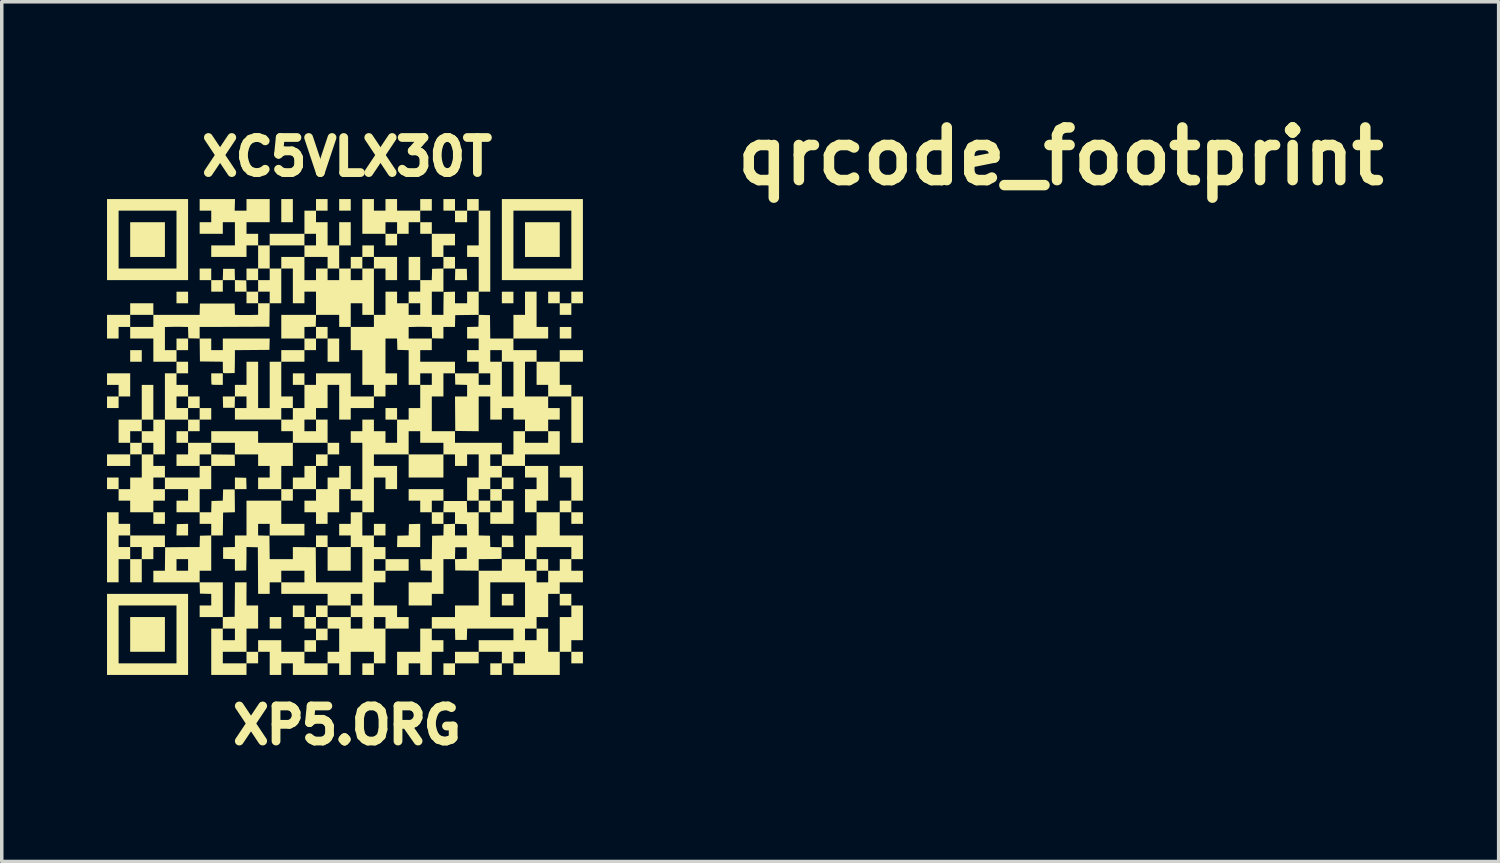
<source format=kicad_pcb>
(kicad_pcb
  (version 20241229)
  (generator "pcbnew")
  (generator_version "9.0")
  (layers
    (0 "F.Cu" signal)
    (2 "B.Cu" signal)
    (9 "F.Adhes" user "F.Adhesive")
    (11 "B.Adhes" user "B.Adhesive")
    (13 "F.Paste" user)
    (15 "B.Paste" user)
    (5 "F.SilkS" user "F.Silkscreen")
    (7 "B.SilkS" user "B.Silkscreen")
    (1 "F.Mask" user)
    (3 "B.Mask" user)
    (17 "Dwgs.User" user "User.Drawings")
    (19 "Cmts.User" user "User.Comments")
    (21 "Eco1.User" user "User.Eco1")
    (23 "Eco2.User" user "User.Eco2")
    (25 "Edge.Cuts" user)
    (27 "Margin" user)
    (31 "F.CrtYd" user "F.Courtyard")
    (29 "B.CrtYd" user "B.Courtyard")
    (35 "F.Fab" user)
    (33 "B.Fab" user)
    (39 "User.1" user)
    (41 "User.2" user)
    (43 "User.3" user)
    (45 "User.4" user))
  (footprint "qrcode_footprint"
    (layer "F.Cu")
    (at 6.781 9.404)
    (property "Reference" "qrcode_footprint" (at 20.4 -8 0) (layer "F.SilkS") (effects (font (size 1.5 1.5) (thickness 0.3))))
    (attr board_only exclude_from_pos_files exclude_from_bom)
    (fp_poly (pts (xy -5.791 -2.31) (xy -5.791 -2.145) (xy -5.956 -2.145) (xy -6.121 -2.145) (xy -6.121 -2.31) (xy -6.121 -2.475) (xy -5.956 -2.475) (xy -5.791 -2.475)) (stroke (width 0) (type solid)) (fill yes) (layer "F.SilkS"))
    (fp_poly (pts (xy -5.131 -5.626) (xy -5.131 -5.131) (xy -5.626 -5.131) (xy -6.121 -5.131) (xy -6.121 -5.626) (xy -6.121 -6.121) (xy -5.626 -6.121) (xy -5.131 -6.121)) (stroke (width 0) (type solid)) (fill yes) (layer "F.SilkS"))
    (fp_poly (pts (xy -5.131 2.31) (xy -5.131 2.475) (xy -5.296 2.475) (xy -5.461 2.475) (xy -5.461 2.31) (xy -5.461 2.145) (xy -5.296 2.145) (xy -5.131 2.145)) (stroke (width 0) (type solid)) (fill yes) (layer "F.SilkS"))
    (fp_poly (pts (xy -5.131 5.626) (xy -5.131 6.121) (xy -5.626 6.121) (xy -6.121 6.121) (xy -6.121 5.626) (xy -6.121 5.131) (xy -5.626 5.131) (xy -5.131 5.131)) (stroke (width 0) (type solid)) (fill yes) (layer "F.SilkS"))
    (fp_poly (pts (xy -4.471 -3.976) (xy -4.471 -3.811) (xy -4.636 -3.811) (xy -4.801 -3.811) (xy -4.801 -3.976) (xy -4.801 -4.141) (xy -4.636 -4.141) (xy -4.471 -4.141)) (stroke (width 0) (type solid)) (fill yes) (layer "F.SilkS"))
    (fp_poly (pts (xy -4.471 -2.641) (xy -4.471 -2.475) (xy -4.636 -2.475) (xy -4.801 -2.475) (xy -4.801 -2.641) (xy -4.801 -2.806) (xy -4.636 -2.806) (xy -4.471 -2.806)) (stroke (width 0) (type solid)) (fill yes) (layer "F.SilkS"))
    (fp_poly (pts (xy -4.471 2.64) (xy -4.471 2.806) (xy -4.636 2.806) (xy -4.802 2.806) (xy -4.798 2.644) (xy -4.793 2.483) (xy -4.632 2.479) (xy -4.471 2.474)) (stroke (width 0) (type solid)) (fill yes) (layer "F.SilkS"))
    (fp_poly (pts (xy -4.141 -0.99) (xy -4.141 -0.825) (xy -4.306 -0.825) (xy -4.471 -0.825) (xy -4.471 -0.99) (xy -4.471 -1.155) (xy -4.306 -1.155) (xy -4.141 -1.155)) (stroke (width 0) (type solid)) (fill yes) (layer "F.SilkS"))
    (fp_poly (pts (xy -2.974 1.158) (xy -2.813 1.163) (xy -2.809 1.324) (xy -2.805 1.485) (xy -2.97 1.485) (xy -3.136 1.485) (xy -3.136 1.32) (xy -3.136 1.154)) (stroke (width 0) (type solid)) (fill yes) (layer "F.SilkS"))
    (fp_poly (pts (xy -1.815 5.296) (xy -1.815 5.461) (xy -1.98 5.461) (xy -2.145 5.461) (xy -2.145 5.296) (xy -2.145 5.131) (xy -1.98 5.131) (xy -1.815 5.131)) (stroke (width 0) (type solid)) (fill yes) (layer "F.SilkS"))
    (fp_poly (pts (xy -1.485 -6.451) (xy -1.485 -6.121) (xy -1.65 -6.121) (xy -1.815 -6.121) (xy -1.815 -6.451) (xy -1.815 -6.781) (xy -1.65 -6.781) (xy -1.485 -6.781)) (stroke (width 0) (type solid)) (fill yes) (layer "F.SilkS"))
    (fp_poly (pts (xy -0.165 -2.475) (xy -0.165 -2.145) (xy -0.33 -2.145) (xy -0.495 -2.145) (xy -0.495 -2.475) (xy -0.495 -2.806) (xy -0.33 -2.806) (xy -0.165 -2.806)) (stroke (width 0) (type solid)) (fill yes) (layer "F.SilkS"))
    (fp_poly (pts (xy 0.165 -6.616) (xy 0.165 -6.451) (xy 0 -6.451) (xy -0.165 -6.451) (xy -0.165 -6.616) (xy -0.165 -6.781) (xy 0 -6.781) (xy 0.165 -6.781)) (stroke (width 0) (type solid)) (fill yes) (layer "F.SilkS"))
    (fp_poly (pts (xy 1.485 -0.66) (xy 1.485 -0.495) (xy 1.32 -0.495) (xy 1.155 -0.495) (xy 1.155 -0.66) (xy 1.155 -0.825) (xy 1.32 -0.825) (xy 1.485 -0.825)) (stroke (width 0) (type solid)) (fill yes) (layer "F.SilkS"))
    (fp_poly (pts (xy 2.475 -5.956) (xy 2.475 -5.791) (xy 2.31 -5.791) (xy 2.145 -5.791) (xy 2.145 -5.956) (xy 2.145 -6.121) (xy 2.31 -6.121) (xy 2.475 -6.121)) (stroke (width 0) (type solid)) (fill yes) (layer "F.SilkS"))
    (fp_poly (pts (xy 3.477 -4.632) (xy 3.482 -4.471) (xy 3.308 -4.471) (xy 3.135 -4.471) (xy 3.139 -4.632) (xy 3.143 -4.793) (xy 3.308 -4.793) (xy 3.473 -4.793)) (stroke (width 0) (type solid)) (fill yes) (layer "F.SilkS"))
    (fp_poly (pts (xy 4.632 2.809) (xy 4.793 2.813) (xy 4.798 2.974) (xy 4.802 3.136) (xy 4.636 3.136) (xy 4.471 3.136) (xy 4.471 2.97) (xy 4.471 2.805)) (stroke (width 0) (type solid)) (fill yes) (layer "F.SilkS"))
    (fp_poly (pts (xy 4.801 -3.976) (xy 4.801 -3.811) (xy 4.636 -3.811) (xy 4.471 -3.811) (xy 4.471 -3.976) (xy 4.471 -4.141) (xy 4.636 -4.141) (xy 4.801 -4.141)) (stroke (width 0) (type solid)) (fill yes) (layer "F.SilkS"))
    (fp_poly (pts (xy 4.801 4.636) (xy 4.801 4.801) (xy 4.636 4.801) (xy 4.471 4.801) (xy 4.471 4.636) (xy 4.471 4.471) (xy 4.636 4.471) (xy 4.801 4.471)) (stroke (width 0) (type solid)) (fill yes) (layer "F.SilkS"))
    (fp_poly (pts (xy 5.791 3.646) (xy 5.791 3.811) (xy 5.626 3.811) (xy 5.461 3.811) (xy 5.461 3.646) (xy 5.461 3.481) (xy 5.626 3.481) (xy 5.791 3.481)) (stroke (width 0) (type solid)) (fill yes) (layer "F.SilkS"))
    (fp_poly (pts (xy 6.121 -5.626) (xy 6.121 -5.131) (xy 5.626 -5.131) (xy 5.131 -5.131) (xy 5.131 -5.626) (xy 5.131 -6.121) (xy 5.626 -6.121) (xy 6.121 -6.121)) (stroke (width 0) (type solid)) (fill yes) (layer "F.SilkS"))
    (fp_poly (pts (xy 6.451 -2.971) (xy 6.451 -2.806) (xy 6.286 -2.806) (xy 6.121 -2.806) (xy 6.121 -2.971) (xy 6.121 -3.136) (xy 6.286 -3.136) (xy 6.451 -3.136)) (stroke (width 0) (type solid)) (fill yes) (layer "F.SilkS"))
    (fp_poly (pts (xy 6.451 4.636) (xy 6.451 4.801) (xy 6.286 4.801) (xy 6.121 4.801) (xy 6.121 4.636) (xy 6.121 4.471) (xy 6.286 4.471) (xy 6.451 4.471)) (stroke (width 0) (type solid)) (fill yes) (layer "F.SilkS"))
    (fp_poly (pts (xy 6.781 -0.495) (xy 6.781 0.165) (xy 6.616 0.165) (xy 6.451 0.165) (xy 6.451 -0.495) (xy 6.451 -1.155) (xy 6.616 -1.155) (xy 6.781 -1.155)) (stroke (width 0) (type solid)) (fill yes) (layer "F.SilkS"))
    (fp_poly (pts (xy 6.781 2.31) (xy 6.781 2.475) (xy 6.616 2.475) (xy 6.451 2.475) (xy 6.451 2.31) (xy 6.451 2.145) (xy 6.616 2.145) (xy 6.781 2.145)) (stroke (width 0) (type solid)) (fill yes) (layer "F.SilkS"))
    (fp_poly (pts (xy 6.781 6.286) (xy 6.781 6.451) (xy 6.616 6.451) (xy 6.451 6.451) (xy 6.451 6.286) (xy 6.451 6.121) (xy 6.616 6.121) (xy 6.781 6.121)) (stroke (width 0) (type solid)) (fill yes) (layer "F.SilkS"))
    (fp_poly (pts (xy 2.145 2.805) (xy 2.145 3.136) (xy 1.815 3.136) (xy 1.484 3.136) (xy 1.489 2.974) (xy 1.493 2.813) (xy 1.654 2.809) (xy 1.814 2.805) (xy 1.819 2.644) (xy 1.823 2.483) (xy 1.984 2.479) (xy 2.145 2.474)) (stroke (width 0) (type solid)) (fill yes) (layer "F.SilkS"))
    (fp_poly (pts (xy 3.136 -5.626) (xy 3.136 -5.461) (xy 2.971 -5.461) (xy 2.806 -5.461) (xy 2.806 -5.296) (xy 2.806 -5.131) (xy 2.641 -5.131) (xy 2.475 -5.131) (xy 2.475 -5.461) (xy 2.475 -5.791) (xy 2.806 -5.791) (xy 3.136 -5.791)) (stroke (width 0) (type solid)) (fill yes) (layer "F.SilkS"))
    (fp_poly (pts (xy 4.801 2.145) (xy 4.801 2.475) (xy 4.471 2.475) (xy 4.141 2.475) (xy 4.141 2.31) (xy 4.141 2.145) (xy 4.306 2.145) (xy 4.471 2.145) (xy 4.471 1.98) (xy 4.471 1.815) (xy 4.636 1.815) (xy 4.801 1.815)) (stroke (width 0) (type solid)) (fill yes) (layer "F.SilkS"))
    (fp_poly (pts (xy -3.481 -1.65) (xy -3.481 -1.485) (xy -3.636 -1.485) (xy -3.701 -1.486) (xy -3.755 -1.489) (xy -3.79 -1.492) (xy -3.801 -1.495) (xy -3.805 -1.514) (xy -3.808 -1.555) (xy -3.81 -1.613) (xy -3.811 -1.66) (xy -3.811 -1.815) (xy -3.646 -1.815) (xy -3.481 -1.815)) (stroke (width 0) (type solid)) (fill yes) (layer "F.SilkS"))
    (fp_poly (pts (xy -0.495 5.626) (xy -0.495 5.791) (xy -0.66 5.791) (xy -0.825 5.791) (xy -0.825 5.956) (xy -0.825 6.121) (xy -0.99 6.121) (xy -1.155 6.121) (xy -1.155 5.956) (xy -1.155 5.791) (xy -0.99 5.791) (xy -0.825 5.791) (xy -0.825 5.626) (xy -0.825 5.461) (xy -0.66 5.461) (xy -0.495 5.461)) (stroke (width 0) (type solid)) (fill yes) (layer "F.SilkS"))
    (fp_poly (pts (xy 4.801 1.32) (xy 4.801 1.485) (xy 4.636 1.485) (xy 4.471 1.485) (xy 4.471 1.65) (xy 4.471 1.815) (xy 4.306 1.815) (xy 4.141 1.815) (xy 4.141 1.65) (xy 4.141 1.485) (xy 4.306 1.485) (xy 4.471 1.485) (xy 4.471 1.32) (xy 4.471 1.155) (xy 4.636 1.155) (xy 4.801 1.155)) (stroke (width 0) (type solid)) (fill yes) (layer "F.SilkS"))
    (fp_poly (pts (xy -4.471 -5.626) (xy -4.471 -4.471) (xy -5.626 -4.471) (xy -6.781 -4.471) (xy -6.781 -5.626) (xy -6.451 -5.626) (xy -6.451 -4.801) (xy -5.626 -4.801) (xy -4.801 -4.801) (xy -4.801 -5.626) (xy -4.801 -6.451) (xy -5.626 -6.451) (xy -6.451 -6.451) (xy -6.451 -5.626) (xy -6.781 -5.626) (xy -6.781 -6.781) (xy -5.626 -6.781) (xy -4.471 -6.781)) (stroke (width 0) (type solid)) (fill yes) (layer "F.SilkS"))
    (fp_poly (pts (xy -4.471 5.626) (xy -4.471 6.781) (xy -5.626 6.781) (xy -6.781 6.781) (xy -6.781 5.626) (xy -6.451 5.626) (xy -6.451 6.451) (xy -5.626 6.451) (xy -4.801 6.451) (xy -4.801 5.626) (xy -4.801 4.801) (xy -5.626 4.801) (xy -6.451 4.801) (xy -6.451 5.626) (xy -6.781 5.626) (xy -6.781 4.471) (xy -5.626 4.471) (xy -4.471 4.471)) (stroke (width 0) (type solid)) (fill yes) (layer "F.SilkS"))
    (fp_poly (pts (xy 6.781 -5.626) (xy 6.781 -4.471) (xy 5.626 -4.471) (xy 4.471 -4.471) (xy 4.471 -5.626) (xy 4.801 -5.626) (xy 4.801 -4.801) (xy 5.626 -4.801) (xy 6.451 -4.801) (xy 6.451 -5.626) (xy 6.451 -6.451) (xy 5.626 -6.451) (xy 4.801 -6.451) (xy 4.801 -5.626) (xy 4.471 -5.626) (xy 4.471 -6.781) (xy 5.626 -6.781) (xy 6.781 -6.781)) (stroke (width 0) (type solid)) (fill yes) (layer "F.SilkS"))
    (fp_poly (pts (xy -6.121 -1.485) (xy -6.121 -1.155) (xy -6.286 -1.155) (xy -6.451 -1.155) (xy -6.451 -0.99) (xy -6.451 -0.825) (xy -6.616 -0.825) (xy -6.781 -0.825) (xy -6.781 -0.99) (xy -6.781 -1.155) (xy -6.616 -1.155) (xy -6.451 -1.155) (xy -6.451 -1.32) (xy -6.451 -1.485) (xy -6.616 -1.485) (xy -6.781 -1.485) (xy -6.781 -1.65) (xy -6.781 -1.815) (xy -6.451 -1.815) (xy -6.121 -1.815)) (stroke (width 0) (type solid)) (fill yes) (layer "F.SilkS"))
    (fp_poly (pts (xy -0.495 2.971) (xy -0.495 3.136) (xy -0.334 3.136) (xy -0.245 3.137) (xy -0.142 3.137) (xy -0.043 3.136) (xy -0.004 3.136) (xy 0.165 3.134) (xy 0.165 3.472) (xy 0.165 3.811) (xy -0.165 3.811) (xy -0.495 3.811) (xy -0.495 3.473) (xy -0.495 3.136) (xy -0.66 3.136) (xy -0.825 3.136) (xy -0.825 2.971) (xy -0.825 2.806) (xy -0.66 2.806) (xy -0.495 2.806)) (stroke (width 0) (type solid)) (fill yes) (layer "F.SilkS"))
    (fp_poly (pts (xy -1.155 4.966) (xy -1.155 5.131) (xy -0.99 5.131) (xy -0.825 5.131) (xy -0.825 4.966) (xy -0.825 4.801) (xy -0.66 4.801) (xy -0.495 4.801) (xy -0.495 4.966) (xy -0.495 5.131) (xy -0.66 5.131) (xy -0.825 5.131) (xy -0.825 5.296) (xy -0.825 5.461) (xy -0.99 5.461) (xy -1.155 5.461) (xy -1.155 5.296) (xy -1.155 5.131) (xy -1.32 5.131) (xy -1.485 5.131) (xy -1.485 4.966) (xy -1.485 4.801) (xy -1.32 4.801) (xy -1.155 4.801)) (stroke (width 0) (type solid)) (fill yes) (layer "F.SilkS"))
    (fp_poly (pts (xy 3.136 -6.616) (xy 3.136 -6.451) (xy 3.308 -6.451) (xy 3.481 -6.451) (xy 3.481 -6.616) (xy 3.481 -6.781) (xy 3.646 -6.781) (xy 3.811 -6.781) (xy 3.811 -6.616) (xy 3.811 -6.451) (xy 3.646 -6.451) (xy 3.481 -6.451) (xy 3.481 -6.286) (xy 3.481 -6.121) (xy 3.308 -6.121) (xy 3.136 -6.121) (xy 3.136 -6.286) (xy 3.136 -6.451) (xy 2.971 -6.451) (xy 2.806 -6.451) (xy 2.806 -6.616) (xy 2.806 -6.781) (xy 2.971 -6.781) (xy 3.136 -6.781)) (stroke (width 0) (type solid)) (fill yes) (layer "F.SilkS"))
    (fp_poly (pts (xy 6.121 -3.976) (xy 6.121 -3.811) (xy 6.286 -3.811) (xy 6.451 -3.811) (xy 6.451 -3.976) (xy 6.451 -4.141) (xy 6.616 -4.141) (xy 6.781 -4.141) (xy 6.781 -3.976) (xy 6.781 -3.811) (xy 6.616 -3.811) (xy 6.451 -3.811) (xy 6.451 -3.646) (xy 6.451 -3.481) (xy 6.286 -3.481) (xy 6.121 -3.481) (xy 6.121 -3.646) (xy 6.121 -3.811) (xy 5.956 -3.811) (xy 5.791 -3.811) (xy 5.791 -3.976) (xy 5.791 -4.141) (xy 5.956 -4.141) (xy 6.121 -4.141)) (stroke (width 0) (type solid)) (fill yes) (layer "F.SilkS"))
    (fp_poly (pts (xy -3.811 -2.641) (xy -3.811 -2.475) (xy -3.646 -2.475) (xy -3.481 -2.475) (xy -3.481 -2.641) (xy -3.481 -2.806) (xy -2.813 -2.806) (xy -2.144 -2.806) (xy -2.149 -2.644) (xy -2.153 -2.483) (xy -2.644 -2.479) (xy -3.136 -2.475) (xy -3.136 -2.314) (xy -3.137 -2.224) (xy -3.138 -2.121) (xy -3.139 -2.023) (xy -3.14 -1.988) (xy -3.143 -1.823) (xy -3.301 -1.819) (xy -3.368 -1.818) (xy -3.422 -1.819) (xy -3.459 -1.822) (xy -3.47 -1.825) (xy -3.475 -1.843) (xy -3.478 -1.885) (xy -3.48 -1.943) (xy -3.481 -1.99) (xy -3.481 -2.145) (xy -3.807 -2.149) (xy -4.133 -2.153) (xy -4.137 -2.479) (xy -4.141 -2.806) (xy -3.976 -2.806) (xy -3.811 -2.806)) (stroke (width 0) (type solid)) (fill yes) (layer "F.SilkS"))
    (fp_poly (pts (xy -6.451 2.31) (xy -6.451 2.475) (xy -6.286 2.475) (xy -6.121 2.475) (xy -6.121 2.641) (xy -6.121 2.806) (xy -6.286 2.806) (xy -6.451 2.806) (xy -6.451 2.971) (xy -6.451 3.136) (xy -6.286 3.136) (xy -6.121 3.136) (xy -6.121 2.971) (xy -6.121 2.806) (xy -5.626 2.806) (xy -5.131 2.806) (xy -5.131 2.971) (xy -5.131 3.136) (xy -5.296 3.136) (xy -5.461 3.136) (xy -5.461 3.308) (xy -5.461 3.481) (xy -5.626 3.481) (xy -5.791 3.481) (xy -5.791 3.811) (xy -5.791 4.141) (xy -5.956 4.141) (xy -6.121 4.141) (xy -6.121 3.811) (xy -6.121 3.481) (xy -6.286 3.481) (xy -6.451 3.481) (xy -6.451 3.811) (xy -6.451 4.141) (xy -6.616 4.141) (xy -6.781 4.141) (xy -6.781 3.308) (xy -6.121 3.308) (xy -6.121 3.481) (xy -5.956 3.481) (xy -5.791 3.481) (xy -5.791 3.308) (xy -5.791 3.136) (xy -5.956 3.136) (xy -6.121 3.136) (xy -6.121 3.308) (xy -6.781 3.308) (xy -6.781 3.143) (xy -6.781 2.145) (xy -6.616 2.145) (xy -6.451 2.145)) (stroke (width 0) (type solid)) (fill yes) (layer "F.SilkS"))
    (fp_poly (pts (xy 0.825 -6.616) (xy 0.825 -6.451) (xy 0.99 -6.451) (xy 1.155 -6.451) (xy 1.155 -6.616) (xy 1.155 -6.781) (xy 1.32 -6.781) (xy 1.485 -6.781) (xy 1.485 -6.616) (xy 1.485 -6.451) (xy 1.815 -6.451) (xy 2.145 -6.451) (xy 2.145 -6.616) (xy 2.145 -6.781) (xy 2.31 -6.781) (xy 2.475 -6.781) (xy 2.475 -6.616) (xy 2.475 -6.451) (xy 2.31 -6.451) (xy 2.145 -6.451) (xy 2.145 -6.286) (xy 2.145 -6.121) (xy 1.98 -6.121) (xy 1.815 -6.121) (xy 1.815 -5.956) (xy 1.815 -5.791) (xy 1.65 -5.791) (xy 1.485 -5.791) (xy 1.485 -5.626) (xy 1.485 -5.461) (xy 1.32 -5.461) (xy 1.155 -5.461) (xy 1.155 -5.626) (xy 1.155 -5.791) (xy 0.825 -5.791) (xy 0.495 -5.791) (xy 0.495 -5.956) (xy 1.155 -5.956) (xy 1.155 -5.791) (xy 1.32 -5.791) (xy 1.485 -5.791) (xy 1.485 -5.956) (xy 1.485 -6.121) (xy 1.32 -6.121) (xy 1.155 -6.121) (xy 1.155 -5.956) (xy 0.495 -5.956) (xy 0.495 -6.286) (xy 0.495 -6.781) (xy 0.66 -6.781) (xy 0.825 -6.781)) (stroke (width 0) (type solid)) (fill yes) (layer "F.SilkS"))
    (fp_poly (pts (xy -4.471 -1.98) (xy -4.471 -1.815) (xy -4.636 -1.815) (xy -4.801 -1.815) (xy -4.801 -1.65) (xy -4.801 -1.485) (xy -4.636 -1.485) (xy -4.471 -1.485) (xy -4.471 -1.32) (xy -4.471 -1.155) (xy -4.636 -1.155) (xy -4.801 -1.155) (xy -4.801 -0.99) (xy -4.801 -0.825) (xy -4.636 -0.825) (xy -4.471 -0.825) (xy -4.471 -0.66) (xy -4.471 -0.495) (xy -4.801 -0.495) (xy -5.131 -0.495) (xy -5.131 0) (xy -5.131 0.495) (xy -5.296 0.495) (xy -5.461 0.495) (xy -5.461 0.33) (xy -5.461 0.165) (xy -5.626 0.165) (xy -5.791 0.165) (xy -5.791 0.33) (xy -5.791 0.495) (xy -5.956 0.495) (xy -6.121 0.495) (xy -6.121 0.66) (xy -6.121 0.825) (xy -6.451 0.825) (xy -6.781 0.825) (xy -6.781 0.66) (xy -6.781 0.495) (xy -6.451 0.495) (xy -6.121 0.495) (xy -6.121 0.33) (xy -6.121 0.165) (xy -6.286 0.165) (xy -6.451 0.165) (xy -6.451 -0.165) (xy -6.121 -0.165) (xy -6.121 0) (xy -6.121 0.165) (xy -5.956 0.165) (xy -5.791 0.165) (xy -5.791 0) (xy -5.791 -0.165) (xy -5.626 -0.165) (xy -5.461 -0.165) (xy -5.461 -0.33) (xy -5.461 -0.495) (xy -5.626 -0.495) (xy -5.791 -0.495) (xy -5.791 -0.33) (xy -5.791 -0.165) (xy -5.956 -0.165) (xy -6.121 -0.165) (xy -6.451 -0.165) (xy -6.451 -0.495) (xy -6.121 -0.495) (xy -5.791 -0.495) (xy -5.791 -0.99) (xy -5.791 -1.485) (xy -5.626 -1.485) (xy -5.461 -1.485) (xy -5.461 -0.99) (xy -5.461 -0.495) (xy -5.296 -0.495) (xy -5.131 -0.495) (xy -5.131 -1.155) (xy -5.131 -1.815) (xy -4.966 -1.815) (xy -4.801 -1.815) (xy -4.801 -1.98) (xy -4.801 -2.145) (xy -4.636 -2.145) (xy -4.471 -2.145)) (stroke (width 0) (type solid)) (fill yes) (layer "F.SilkS"))
    (fp_poly (pts (xy -5.461 0.66) (xy -5.461 0.825) (xy -5.296 0.825) (xy -5.131 0.825) (xy -5.131 0.99) (xy -5.131 1.155) (xy -5.296 1.155) (xy -5.461 1.155) (xy -5.461 1.32) (xy -5.461 1.485) (xy -5.296 1.485) (xy -5.131 1.485) (xy -5.131 1.32) (xy -5.131 1.155) (xy -4.636 1.155) (xy -4.141 1.155) (xy -4.141 0.99) (xy -4.141 0.825) (xy -3.976 0.825) (xy -3.811 0.825) (xy -3.811 1.155) (xy -3.811 1.485) (xy -3.976 1.485) (xy -4.141 1.485) (xy -4.141 1.815) (xy -4.141 2.145) (xy -3.976 2.145) (xy -3.812 2.145) (xy -3.808 1.984) (xy -3.803 1.823) (xy -3.642 1.819) (xy -3.482 1.814) (xy -3.477 1.654) (xy -3.473 1.493) (xy -3.308 1.493) (xy -3.143 1.493) (xy -3.139 1.819) (xy -3.136 2.144) (xy -3.304 2.149) (xy -3.473 2.153) (xy -3.477 2.479) (xy -3.481 2.806) (xy -3.646 2.806) (xy -3.811 2.806) (xy -3.811 3.308) (xy -3.811 3.811) (xy -3.976 3.811) (xy -4.141 3.811) (xy -4.141 3.976) (xy -4.141 4.141) (xy -3.811 4.141) (xy -3.481 4.141) (xy -3.481 4.636) (xy -3.481 5.131) (xy -3.811 5.131) (xy -4.141 5.131) (xy -4.141 4.966) (xy -4.141 4.801) (xy -3.976 4.801) (xy -3.811 4.801) (xy -3.811 4.636) (xy -3.811 4.472) (xy -3.972 4.468) (xy -4.133 4.463) (xy -4.138 4.302) (xy -4.142 4.141) (xy -4.801 4.141) (xy -5.461 4.141) (xy -5.461 3.976) (xy -5.461 3.811) (xy -5.296 3.811) (xy -5.132 3.811) (xy -5.13 3.646) (xy -4.801 3.646) (xy -4.801 3.811) (xy -4.636 3.811) (xy -4.471 3.811) (xy -4.471 3.646) (xy -4.471 3.481) (xy -4.636 3.481) (xy -4.801 3.481) (xy -4.801 3.646) (xy -5.13 3.646) (xy -5.128 3.477) (xy -5.124 3.143) (xy -4.793 3.14) (xy -4.684 3.139) (xy -4.574 3.138) (xy -4.47 3.137) (xy -4.38 3.137) (xy -4.31 3.136) (xy -4.303 3.136) (xy -4.142 3.136) (xy -4.138 2.974) (xy -4.133 2.813) (xy -3.972 2.809) (xy -3.811 2.805) (xy -3.811 2.64) (xy -3.811 2.475) (xy -3.976 2.475) (xy -4.141 2.475) (xy -4.141 2.31) (xy -4.141 2.145) (xy -4.471 2.145) (xy -4.801 2.145) (xy -4.801 1.98) (xy -4.801 1.815) (xy -4.636 1.815) (xy -4.471 1.815) (xy -4.471 1.65) (xy -4.471 1.485) (xy -4.801 1.485) (xy -5.131 1.485) (xy -5.131 1.65) (xy -5.131 1.815) (xy -5.296 1.815) (xy -5.461 1.815) (xy -5.461 1.98) (xy -5.461 2.145) (xy -5.791 2.145) (xy -6.121 2.145) (xy -6.121 1.98) (xy -6.121 1.815) (xy -6.286 1.815) (xy -6.451 1.815) (xy -6.451 1.65) (xy -6.451 1.485) (xy -6.616 1.485) (xy -6.781 1.485) (xy -6.781 1.32) (xy -6.781 1.155) (xy -6.616 1.155) (xy -6.451 1.155) (xy -6.451 1.32) (xy -6.451 1.485) (xy -6.286 1.485) (xy -6.121 1.485) (xy -6.121 1.32) (xy -6.121 1.155) (xy -5.956 1.155) (xy -5.791 1.155) (xy -5.791 0.825) (xy -5.791 0.495) (xy -5.626 0.495) (xy -5.461 0.495)) (stroke (width 0) (type solid)) (fill yes) (layer "F.SilkS"))
    (fp_poly (pts (xy -0.828 -3.312) (xy -0.833 -3.143) (xy -0.994 -3.139) (xy -1.155 -3.135) (xy -1.155 -2.97) (xy -1.155 -2.806) (xy -0.99 -2.806) (xy -0.825 -2.806) (xy -0.825 -2.971) (xy -0.825 -3.136) (xy -0.66 -3.136) (xy -0.495 -3.136) (xy -0.495 -2.971) (xy -0.495 -2.806) (xy -0.66 -2.806) (xy -0.825 -2.806) (xy -0.825 -2.641) (xy -0.825 -2.475) (xy -0.99 -2.475) (xy -1.155 -2.475) (xy -1.155 -2.31) (xy -1.155 -2.145) (xy -1.485 -2.145) (xy -1.815 -2.145) (xy -1.815 -1.65) (xy -1.815 -1.155) (xy -1.65 -1.155) (xy -1.485 -1.155) (xy -1.485 -0.99) (xy -1.485 -0.825) (xy -1.32 -0.825) (xy -1.155 -0.825) (xy -1.155 -1.155) (xy -1.155 -1.485) (xy -1.32 -1.485) (xy -1.485 -1.485) (xy -1.485 -1.65) (xy -1.485 -1.815) (xy -1.32 -1.815) (xy -1.155 -1.815) (xy -1.155 -1.65) (xy -1.155 -1.485) (xy -0.99 -1.485) (xy -0.825 -1.485) (xy -0.825 -1.65) (xy -0.825 -1.815) (xy -0.33 -1.815) (xy 0.165 -1.815) (xy 0.165 -1.485) (xy 0.165 -1.155) (xy 0.495 -1.155) (xy 0.825 -1.155) (xy 0.825 -0.99) (xy 0.825 -0.825) (xy 0.495 -0.825) (xy 0.165 -0.825) (xy 0.165 -0.66) (xy 0.165 -0.495) (xy 0 -0.495) (xy -0.165 -0.495) (xy -0.165 -0.99) (xy -0.165 -1.485) (xy -0.33 -1.485) (xy -0.495 -1.485) (xy -0.495 -1.155) (xy -0.495 -0.825) (xy -0.66 -0.825) (xy -0.825 -0.825) (xy -0.825 -0.66) (xy -0.825 -0.495) (xy -0.99 -0.495) (xy -1.155 -0.495) (xy -1.155 -0.33) (xy -1.155 -0.165) (xy -0.99 -0.165) (xy -0.825 -0.165) (xy -0.825 -0.33) (xy -0.825 -0.495) (xy -0.66 -0.495) (xy -0.495 -0.495) (xy -0.495 -0.165) (xy -0.495 0.165) (xy -0.99 0.165) (xy -1.485 0.165) (xy -1.485 0.495) (xy -1.485 0.825) (xy -1.65 0.825) (xy -1.815 0.825) (xy -1.815 1.155) (xy -1.815 1.485) (xy -1.65 1.485) (xy -1.485 1.485) (xy -1.485 1.32) (xy -1.485 1.155) (xy -1.32 1.155) (xy -1.155 1.155) (xy -1.155 0.99) (xy -1.155 0.825) (xy -0.99 0.825) (xy -0.825 0.825) (xy -0.825 0.66) (xy -0.825 0.495) (xy -0.66 0.495) (xy -0.495 0.495) (xy -0.495 0.33) (xy -0.495 0.165) (xy -0.33 0.165) (xy -0.165 0.165) (xy -0.165 0.33) (xy -0.165 0.495) (xy -0.33 0.495) (xy -0.495 0.495) (xy -0.495 0.66) (xy -0.495 0.825) (xy -0.66 0.825) (xy -0.825 0.825) (xy -0.825 1.155) (xy -0.825 1.485) (xy -0.66 1.485) (xy -0.495 1.485) (xy -0.495 1.32) (xy -0.495 1.155) (xy -0.33 1.155) (xy -0.165 1.155) (xy -0.165 0.99) (xy -0.165 0.825) (xy 0 0.825) (xy 0.165 0.825) (xy 0.165 1.155) (xy 0.165 1.485) (xy 0 1.485) (xy -0.165 1.485) (xy -0.165 1.815) (xy -0.165 2.145) (xy -0.33 2.145) (xy -0.495 2.145) (xy -0.495 2.31) (xy -0.495 2.475) (xy -0.66 2.475) (xy -0.825 2.475) (xy -0.825 2.31) (xy -0.825 2.145) (xy -0.99 2.145) (xy -1.155 2.145) (xy -1.155 1.98) (xy -1.155 1.815) (xy -0.99 1.815) (xy -0.825 1.815) (xy -0.825 1.65) (xy -0.825 1.485) (xy -1.155 1.485) (xy -1.485 1.485) (xy -1.485 1.65) (xy -1.485 1.815) (xy -1.65 1.815) (xy -1.815 1.815) (xy -1.815 1.65) (xy -1.815 1.485) (xy -2.145 1.485) (xy -2.475 1.485) (xy -2.475 1.32) (xy -2.475 1.155) (xy -2.31 1.155) (xy -2.145 1.155) (xy -2.145 0.99) (xy -2.145 0.825) (xy -2.31 0.825) (xy -2.475 0.825) (xy -2.475 0.66) (xy -2.475 0.495) (xy -2.806 0.495) (xy -3.136 0.495) (xy -3.136 0.33) (xy -3.136 0.165) (xy -3.473 0.165) (xy -3.811 0.165) (xy -3.811 0.33) (xy -3.811 0.495) (xy -3.477 0.499) (xy -3.143 0.503) (xy -3.139 0.664) (xy -3.135 0.825) (xy -3.473 0.825) (xy -3.811 0.825) (xy -3.811 0.66) (xy -3.811 0.495) (xy -3.976 0.495) (xy -4.141 0.495) (xy -4.141 0.66) (xy -4.141 0.825) (xy -4.471 0.825) (xy -4.801 0.825) (xy -4.801 0.66) (xy -4.801 0.495) (xy -4.636 0.495) (xy -4.471 0.495) (xy -4.471 0.33) (xy -4.471 0.165) (xy -4.636 0.165) (xy -4.801 0.165) (xy -4.801 0) (xy -4.801 -0.165) (xy -4.636 -0.165) (xy -4.471 -0.165) (xy -4.471 -0.33) (xy -4.471 -0.495) (xy -4.306 -0.495) (xy -4.141 -0.495) (xy -4.141 -0.66) (xy -4.141 -0.825) (xy -3.976 -0.825) (xy -3.811 -0.825) (xy -3.811 -0.66) (xy -3.811 -0.495) (xy -3.976 -0.495) (xy -4.141 -0.495) (xy -4.141 -0.33) (xy -4.141 -0.165) (xy -4.306 -0.165) (xy -4.471 -0.165) (xy -4.471 0) (xy -4.471 0.165) (xy -4.141 0.165) (xy -3.811 0.165) (xy -3.811 0) (xy -3.811 -0.165) (xy -3.143 -0.165) (xy -2.475 -0.165) (xy -2.475 0) (xy -2.475 0.165) (xy -1.98 0.165) (xy -1.485 0.165) (xy -1.485 0) (xy -1.485 -0.165) (xy -1.65 -0.165) (xy -1.815 -0.165) (xy -1.815 -0.33) (xy -1.815 -0.495) (xy -2.475 -0.495) (xy -3.136 -0.495) (xy -3.136 -0.66) (xy -1.815 -0.66) (xy -1.815 -0.495) (xy -1.65 -0.495) (xy -1.485 -0.495) (xy -1.485 -0.66) (xy -1.485 -0.825) (xy -1.65 -0.825) (xy -1.815 -0.825) (xy -1.815 -0.66) (xy -3.136 -0.66) (xy -3.136 -0.825) (xy -2.971 -0.825) (xy -2.806 -0.825) (xy -2.806 -0.99) (xy -2.806 -1.155) (xy -2.97 -1.155) (xy -3.135 -1.155) (xy -3.139 -0.994) (xy -3.143 -0.833) (xy -3.308 -0.833) (xy -3.473 -0.833) (xy -3.477 -0.994) (xy -3.482 -1.155) (xy -3.309 -1.155) (xy -3.136 -1.155) (xy -3.136 -1.32) (xy -3.136 -1.485) (xy -2.971 -1.485) (xy -2.806 -1.485) (xy -2.806 -1.815) (xy -2.806 -2.145) (xy -2.641 -2.145) (xy -2.475 -2.145) (xy -2.475 -1.485) (xy -2.475 -0.825) (xy -2.31 -0.825) (xy -2.145 -0.825) (xy -2.145 -1.485) (xy -2.145 -2.145) (xy -1.98 -2.145) (xy -1.815 -2.145) (xy -1.815 -2.31) (xy -1.815 -2.475) (xy -1.485 -2.475) (xy -1.155 -2.475) (xy -1.155 -2.641) (xy -1.155 -2.806) (xy -1.485 -2.806) (xy -1.815 -2.806) (xy -1.815 -3.143) (xy -1.815 -3.48) (xy -1.32 -3.48) (xy -0.824 -3.481)) (stroke (width 0) (type solid)) (fill yes) (layer "F.SilkS"))
    (fp_poly (pts (xy 5.791 1.32) (xy 5.791 1.815) (xy 5.626 1.815) (xy 5.461 1.815) (xy 5.461 1.98) (xy 5.461 2.145) (xy 5.791 2.145) (xy 6.121 2.145) (xy 6.121 1.98) (xy 6.121 1.815) (xy 6.286 1.815) (xy 6.451 1.815) (xy 6.451 1.485) (xy 6.451 1.155) (xy 6.286 1.155) (xy 6.121 1.155) (xy 6.121 0.99) (xy 6.121 0.825) (xy 6.451 0.825) (xy 6.781 0.825) (xy 6.781 1.32) (xy 6.781 1.815) (xy 6.616 1.815) (xy 6.451 1.815) (xy 6.451 1.98) (xy 6.451 2.145) (xy 6.286 2.145) (xy 6.121 2.145) (xy 6.121 2.475) (xy 6.121 2.806) (xy 6.451 2.806) (xy 6.781 2.806) (xy 6.781 3.143) (xy 6.781 3.481) (xy 6.616 3.481) (xy 6.451 3.481) (xy 6.451 3.646) (xy 6.451 3.811) (xy 6.616 3.811) (xy 6.781 3.811) (xy 6.781 3.976) (xy 6.781 4.141) (xy 6.451 4.141) (xy 6.121 4.141) (xy 6.121 4.306) (xy 6.121 4.471) (xy 5.956 4.471) (xy 5.791 4.471) (xy 5.791 4.801) (xy 5.791 5.131) (xy 5.626 5.131) (xy 5.461 5.131) (xy 5.461 5.296) (xy 5.461 5.461) (xy 5.296 5.461) (xy 5.131 5.461) (xy 5.131 5.626) (xy 5.131 5.791) (xy 5.296 5.791) (xy 5.461 5.791) (xy 5.461 5.626) (xy 5.461 5.461) (xy 5.626 5.461) (xy 5.791 5.461) (xy 5.791 5.791) (xy 5.791 6.121) (xy 5.956 6.121) (xy 6.121 6.121) (xy 6.121 5.626) (xy 6.121 5.131) (xy 6.286 5.131) (xy 6.451 5.131) (xy 6.451 4.966) (xy 6.451 4.801) (xy 6.616 4.801) (xy 6.781 4.801) (xy 6.781 5.296) (xy 6.781 5.791) (xy 6.616 5.791) (xy 6.451 5.791) (xy 6.451 5.956) (xy 6.451 6.121) (xy 6.286 6.121) (xy 6.121 6.121) (xy 6.121 6.451) (xy 6.121 6.781) (xy 5.461 6.781) (xy 4.801 6.781) (xy 4.801 6.616) (xy 4.801 6.451) (xy 4.636 6.451) (xy 4.471 6.451) (xy 4.471 6.616) (xy 4.471 6.781) (xy 4.306 6.781) (xy 4.141 6.781) (xy 4.141 6.616) (xy 4.141 6.451) (xy 4.306 6.451) (xy 4.471 6.451) (xy 4.471 6.286) (xy 4.801 6.286) (xy 4.801 6.451) (xy 4.966 6.451) (xy 5.131 6.451) (xy 5.131 6.286) (xy 5.131 6.121) (xy 4.966 6.121) (xy 4.801 6.121) (xy 4.801 6.286) (xy 4.471 6.286) (xy 4.471 6.121) (xy 4.141 6.121) (xy 3.811 6.121) (xy 3.811 6.286) (xy 3.811 6.451) (xy 3.473 6.451) (xy 3.136 6.451) (xy 3.136 6.616) (xy 3.136 6.781) (xy 2.971 6.781) (xy 2.806 6.781) (xy 2.806 6.616) (xy 2.806 6.451) (xy 2.971 6.451) (xy 3.136 6.451) (xy 3.136 6.286) (xy 3.136 6.121) (xy 3.473 6.121) (xy 3.811 6.121) (xy 3.811 5.956) (xy 3.811 5.791) (xy 4.306 5.791) (xy 4.801 5.791) (xy 4.801 5.626) (xy 4.801 5.461) (xy 4.141 5.461) (xy 3.482 5.461) (xy 3.477 5.622) (xy 3.473 5.784) (xy 3.308 5.784) (xy 3.143 5.784) (xy 3.139 5.622) (xy 3.135 5.461) (xy 2.805 5.461) (xy 2.475 5.461) (xy 2.475 5.626) (xy 2.475 5.791) (xy 2.641 5.791) (xy 2.806 5.791) (xy 2.806 5.956) (xy 2.806 6.121) (xy 2.641 6.121) (xy 2.475 6.121) (xy 2.475 6.451) (xy 2.475 6.781) (xy 2.31 6.781) (xy 2.145 6.781) (xy 2.145 6.616) (xy 2.145 6.451) (xy 1.98 6.451) (xy 1.815 6.451) (xy 1.815 6.616) (xy 1.815 6.781) (xy 1.65 6.781) (xy 1.485 6.781) (xy 1.485 6.451) (xy 1.485 6.121) (xy 1.815 6.121) (xy 2.145 6.121) (xy 2.145 5.791) (xy 2.145 5.461) (xy 2.31 5.461) (xy 2.475 5.461) (xy 2.475 5.296) (xy 2.475 5.131) (xy 2.806 5.131) (xy 3.136 5.131) (xy 3.136 4.966) (xy 3.136 4.801) (xy 3.473 4.801) (xy 3.811 4.801) (xy 3.811 4.636) (xy 4.141 4.636) (xy 4.141 5.131) (xy 4.636 5.131) (xy 5.131 5.131) (xy 5.131 4.636) (xy 5.131 4.141) (xy 4.636 4.141) (xy 4.141 4.141) (xy 4.141 4.636) (xy 3.811 4.636) (xy 3.811 4.306) (xy 3.811 3.811) (xy 3.477 3.807) (xy 3.143 3.803) (xy 3.139 3.642) (xy 3.135 3.482) (xy 3.304 3.477) (xy 3.473 3.473) (xy 3.473 3.308) (xy 3.473 3.143) (xy 3.308 3.143) (xy 3.143 3.143) (xy 3.139 3.312) (xy 3.135 3.482) (xy 3.135 3.481) (xy 2.97 3.481) (xy 2.806 3.481) (xy 2.806 3.976) (xy 2.806 4.471) (xy 2.641 4.471) (xy 2.475 4.471) (xy 2.475 4.636) (xy 2.475 4.801) (xy 2.145 4.801) (xy 1.815 4.801) (xy 1.815 4.471) (xy 1.815 4.141) (xy 2.145 4.141) (xy 2.475 4.141) (xy 2.475 3.976) (xy 2.475 3.812) (xy 2.314 3.808) (xy 2.153 3.803) (xy 2.149 3.642) (xy 2.144 3.481) (xy 2.31 3.481) (xy 2.475 3.481) (xy 2.479 3.147) (xy 2.483 2.813) (xy 2.644 2.809) (xy 2.805 2.805) (xy 2.809 2.644) (xy 2.809 2.64) (xy 3.136 2.64) (xy 3.136 2.806) (xy 3.309 2.806) (xy 3.482 2.806) (xy 3.477 2.644) (xy 3.473 2.483) (xy 3.304 2.479) (xy 3.136 2.475) (xy 3.136 2.64) (xy 2.809 2.64) (xy 2.813 2.483) (xy 2.974 2.479) (xy 3.136 2.474) (xy 3.136 2.31) (xy 3.136 2.145) (xy 2.971 2.145) (xy 2.806 2.145) (xy 2.806 2.31) (xy 2.806 2.475) (xy 2.641 2.475) (xy 2.475 2.475) (xy 2.475 2.31) (xy 2.475 2.145) (xy 2.31 2.145) (xy 2.145 2.145) (xy 2.145 1.98) (xy 2.145 1.815) (xy 1.98 1.815) (xy 1.815 1.815) (xy 1.815 1.65) (xy 1.815 1.485) (xy 2.31 1.485) (xy 2.806 1.485) (xy 2.806 1.65) (xy 2.806 1.815) (xy 2.641 1.815) (xy 2.475 1.815) (xy 2.475 1.98) (xy 2.475 2.145) (xy 2.64 2.145) (xy 2.805 2.145) (xy 2.809 1.984) (xy 2.813 1.823) (xy 3.143 1.823) (xy 3.473 1.823) (xy 3.477 1.984) (xy 3.482 2.145) (xy 3.646 2.145) (xy 3.811 2.145) (xy 3.811 1.98) (xy 3.811 1.815) (xy 3.976 1.815) (xy 4.141 1.815) (xy 4.141 1.98) (xy 4.141 2.145) (xy 3.976 2.145) (xy 3.811 2.145) (xy 3.811 2.475) (xy 3.811 2.805) (xy 3.972 2.809) (xy 4.133 2.813) (xy 4.138 2.974) (xy 4.142 3.135) (xy 4.303 3.139) (xy 4.463 3.143) (xy 4.463 3.308) (xy 4.463 3.473) (xy 4.298 3.476) (xy 4.207 3.478) (xy 4.104 3.479) (xy 4.006 3.48) (xy 3.972 3.48) (xy 3.811 3.481) (xy 3.811 3.646) (xy 3.811 3.811) (xy 4.141 3.811) (xy 4.471 3.811) (xy 4.471 3.646) (xy 4.471 3.481) (xy 4.801 3.481) (xy 5.131 3.481) (xy 5.131 3.646) (xy 5.131 3.811) (xy 5.296 3.811) (xy 5.461 3.811) (xy 5.461 3.976) (xy 5.461 4.141) (xy 5.626 4.141) (xy 5.791 4.141) (xy 5.791 3.976) (xy 5.791 3.811) (xy 5.956 3.811) (xy 6.121 3.811) (xy 6.121 3.646) (xy 6.121 3.481) (xy 6.286 3.481) (xy 6.451 3.481) (xy 6.451 3.308) (xy 6.451 3.136) (xy 5.956 3.136) (xy 5.461 3.136) (xy 5.461 3.308) (xy 5.461 3.481) (xy 5.296 3.481) (xy 5.131 3.481) (xy 5.131 3.143) (xy 5.131 2.806) (xy 5.296 2.806) (xy 5.461 2.806) (xy 5.461 2.475) (xy 5.461 2.145) (xy 5.296 2.145) (xy 5.131 2.145) (xy 5.131 1.815) (xy 5.131 1.485) (xy 5.296 1.485) (xy 5.461 1.485) (xy 5.461 1.32) (xy 5.461 1.155) (xy 5.296 1.155) (xy 5.131 1.155) (xy 5.131 0.99) (xy 5.131 0.825) (xy 5.461 0.825) (xy 5.791 0.825)) (stroke (width 0) (type solid)) (fill yes) (layer "F.SilkS"))
    (fp_poly (pts (xy -3.138 -6.616) (xy -3.143 -6.451) (xy -2.974 -6.451) (xy -2.806 -6.451) (xy -2.806 -6.616) (xy -2.806 -6.781) (xy -2.475 -6.781) (xy -2.145 -6.781) (xy -2.145 -6.451) (xy -2.145 -6.121) (xy -2.475 -6.121) (xy -2.806 -6.121) (xy -2.806 -5.956) (xy -2.806 -5.791) (xy -2.641 -5.791) (xy -2.475 -5.791) (xy -2.475 -5.626) (xy -2.475 -5.461) (xy -2.31 -5.461) (xy -2.145 -5.461) (xy -2.145 -5.626) (xy -2.145 -5.791) (xy -1.65 -5.791) (xy -1.155 -5.791) (xy -1.155 -6.121) (xy -1.155 -6.451) (xy -0.99 -6.451) (xy -0.825 -6.451) (xy -0.825 -6.616) (xy -0.825 -6.781) (xy -0.66 -6.781) (xy -0.495 -6.781) (xy -0.495 -6.616) (xy -0.495 -6.451) (xy -0.66 -6.451) (xy -0.825 -6.451) (xy -0.825 -6.286) (xy -0.825 -6.121) (xy -0.66 -6.121) (xy -0.495 -6.121) (xy -0.495 -5.791) (xy -0.495 -5.461) (xy -0.33 -5.461) (xy -0.165 -5.461) (xy -0.165 -5.791) (xy -0.165 -6.121) (xy 0 -6.121) (xy 0.165 -6.121) (xy 0.165 -5.791) (xy 0.165 -5.461) (xy 0 -5.461) (xy -0.165 -5.461) (xy -0.165 -5.131) (xy -0.165 -4.801) (xy 0 -4.801) (xy 0.165 -4.801) (xy 0.165 -4.966) (xy 0.165 -5.131) (xy 0.33 -5.131) (xy 0.495 -5.131) (xy 0.495 -5.296) (xy 0.495 -5.461) (xy 0.66 -5.461) (xy 0.825 -5.461) (xy 0.825 -5.296) (xy 0.825 -5.131) (xy 0.66 -5.131) (xy 0.495 -5.131) (xy 0.495 -4.966) (xy 0.495 -4.801) (xy 0.33 -4.801) (xy 0.165 -4.801) (xy 0.165 -4.636) (xy 0.165 -4.471) (xy 0.33 -4.471) (xy 0.495 -4.471) (xy 0.495 -4.636) (xy 0.495 -4.801) (xy 0.66 -4.801) (xy 0.825 -4.801) (xy 0.825 -4.966) (xy 0.825 -5.131) (xy 1.155 -5.131) (xy 1.485 -5.131) (xy 1.485 -4.801) (xy 1.485 -4.471) (xy 1.32 -4.471) (xy 1.155 -4.471) (xy 1.155 -4.636) (xy 1.155 -4.801) (xy 0.99 -4.801) (xy 0.825 -4.801) (xy 0.825 -4.141) (xy 0.825 -3.481) (xy 0.99 -3.481) (xy 1.155 -3.481) (xy 1.155 -3.646) (xy 1.815 -3.646) (xy 1.815 -3.481) (xy 1.98 -3.481) (xy 2.145 -3.481) (xy 2.145 -3.646) (xy 2.145 -3.811) (xy 1.98 -3.811) (xy 1.815 -3.811) (xy 1.815 -3.646) (xy 1.155 -3.646) (xy 1.155 -3.811) (xy 1.155 -4.141) (xy 1.32 -4.141) (xy 1.485 -4.141) (xy 1.485 -3.976) (xy 1.485 -3.811) (xy 1.65 -3.811) (xy 1.815 -3.811) (xy 1.815 -3.976) (xy 1.815 -4.141) (xy 1.98 -4.141) (xy 2.145 -4.141) (xy 2.145 -4.306) (xy 2.145 -4.471) (xy 1.98 -4.471) (xy 1.815 -4.471) (xy 1.815 -4.801) (xy 1.815 -5.131) (xy 1.98 -5.131) (xy 2.145 -5.131) (xy 2.145 -4.801) (xy 2.145 -4.471) (xy 2.31 -4.471) (xy 2.474 -4.471) (xy 2.479 -4.632) (xy 2.483 -4.793) (xy 2.644 -4.798) (xy 2.806 -4.802) (xy 2.806 -4.966) (xy 2.806 -5.131) (xy 2.971 -5.131) (xy 3.136 -5.131) (xy 3.136 -4.966) (xy 3.136 -4.801) (xy 2.971 -4.801) (xy 2.806 -4.801) (xy 2.806 -4.471) (xy 2.806 -4.141) (xy 2.641 -4.141) (xy 2.475 -4.141) (xy 2.475 -3.811) (xy 2.475 -3.481) (xy 2.641 -3.481) (xy 2.806 -3.481) (xy 2.806 -3.642) (xy 2.807 -3.732) (xy 2.808 -3.835) (xy 2.809 -3.933) (xy 2.81 -3.968) (xy 2.813 -4.133) (xy 2.974 -4.138) (xy 3.136 -4.142) (xy 3.136 -3.976) (xy 3.136 -3.811) (xy 3.308 -3.811) (xy 3.481 -3.811) (xy 3.481 -3.976) (xy 3.481 -4.141) (xy 3.646 -4.141) (xy 3.811 -4.141) (xy 3.811 -4.636) (xy 3.811 -5.131) (xy 3.646 -5.131) (xy 3.481 -5.131) (xy 3.481 -5.296) (xy 3.481 -5.461) (xy 3.646 -5.461) (xy 3.811 -5.461) (xy 3.811 -5.956) (xy 3.811 -6.451) (xy 3.976 -6.451) (xy 4.141 -6.451) (xy 4.141 -5.296) (xy 4.141 -4.141) (xy 3.976 -4.141) (xy 3.811 -4.141) (xy 3.811 -3.811) (xy 3.811 -3.482) (xy 3.972 -3.477) (xy 4.133 -3.473) (xy 4.137 -3.139) (xy 4.141 -2.806) (xy 4.471 -2.806) (xy 4.801 -2.806) (xy 4.801 -3.143) (xy 4.801 -3.481) (xy 4.966 -3.481) (xy 5.131 -3.481) (xy 5.131 -3.811) (xy 5.131 -4.141) (xy 5.296 -4.141) (xy 5.461 -4.141) (xy 5.461 -3.638) (xy 5.461 -3.136) (xy 5.626 -3.136) (xy 5.791 -3.136) (xy 5.791 -2.971) (xy 5.791 -2.806) (xy 5.296 -2.806) (xy 4.801 -2.806) (xy 4.801 -2.641) (xy 4.801 -2.475) (xy 5.131 -2.475) (xy 5.461 -2.475) (xy 5.461 -2.31) (xy 5.461 -2.145) (xy 5.791 -2.145) (xy 6.121 -2.145) (xy 6.121 -2.31) (xy 6.121 -2.475) (xy 6.451 -2.475) (xy 6.781 -2.475) (xy 6.781 -2.31) (xy 6.781 -2.145) (xy 6.451 -2.145) (xy 6.121 -2.145) (xy 6.121 -1.815) (xy 6.121 -1.485) (xy 6.286 -1.485) (xy 6.451 -1.485) (xy 6.451 -1.32) (xy 6.451 -1.155) (xy 6.121 -1.155) (xy 5.791 -1.155) (xy 5.791 -0.99) (xy 5.791 -0.825) (xy 5.956 -0.825) (xy 6.121 -0.825) (xy 6.121 -0.66) (xy 6.121 -0.495) (xy 5.956 -0.495) (xy 5.791 -0.495) (xy 5.791 -0.33) (xy 5.791 -0.165) (xy 5.461 -0.165) (xy 5.131 -0.165) (xy 5.131 0) (xy 5.131 0.165) (xy 5.461 0.165) (xy 5.791 0.165) (xy 5.791 0) (xy 5.791 -0.165) (xy 5.956 -0.165) (xy 6.121 -0.165) (xy 6.121 0.165) (xy 6.121 0.495) (xy 5.626 0.495) (xy 5.131 0.495) (xy 5.131 0.66) (xy 5.131 0.825) (xy 4.801 0.825) (xy 4.471 0.825) (xy 4.471 0.99) (xy 4.471 1.155) (xy 4.306 1.155) (xy 4.141 1.155) (xy 4.141 1.32) (xy 4.141 1.485) (xy 3.976 1.485) (xy 3.811 1.485) (xy 3.811 1.65) (xy 3.811 1.815) (xy 3.646 1.815) (xy 3.481 1.815) (xy 3.481 1.485) (xy 3.481 1.155) (xy 3.646 1.155) (xy 3.811 1.155) (xy 3.811 0.825) (xy 3.811 0.495) (xy 3.646 0.495) (xy 3.481 0.495) (xy 3.481 0.66) (xy 3.481 0.825) (xy 3.308 0.825) (xy 3.136 0.825) (xy 3.136 0.66) (xy 3.136 0.495) (xy 2.971 0.495) (xy 2.806 0.495) (xy 2.806 0.825) (xy 2.806 1.155) (xy 2.31 1.155) (xy 1.815 1.155) (xy 1.815 0.825) (xy 1.815 0.495) (xy 1.32 0.495) (xy 0.825 0.495) (xy 0.825 0.66) (xy 0.825 0.825) (xy 1.155 0.825) (xy 1.485 0.825) (xy 1.485 1.155) (xy 1.485 1.485) (xy 1.32 1.485) (xy 1.155 1.485) (xy 1.155 1.32) (xy 1.155 1.155) (xy 0.99 1.155) (xy 0.825 1.155) (xy 0.825 1.65) (xy 0.825 2.145) (xy 0.66 2.145) (xy 0.495 2.145) (xy 0.495 2.475) (xy 0.495 2.806) (xy 0.66 2.806) (xy 0.825 2.806) (xy 0.825 2.641) (xy 0.825 2.475) (xy 0.99 2.475) (xy 1.155 2.475) (xy 1.155 2.641) (xy 1.155 2.806) (xy 0.99 2.806) (xy 0.825 2.806) (xy 0.825 2.971) (xy 0.825 3.136) (xy 0.99 3.136) (xy 1.155 3.136) (xy 1.155 3.308) (xy 1.155 3.481) (xy 0.99 3.481) (xy 0.825 3.481) (xy 0.825 3.646) (xy 0.825 3.811) (xy 0.99 3.811) (xy 1.155 3.811) (xy 1.155 3.646) (xy 1.155 3.481) (xy 1.485 3.481) (xy 1.815 3.481) (xy 1.815 3.646) (xy 1.815 3.811) (xy 1.485 3.811) (xy 1.155 3.811) (xy 1.155 3.976) (xy 1.155 4.141) (xy 0.99 4.141) (xy 0.825 4.141) (xy 0.825 4.471) (xy 0.825 4.801) (xy 1.155 4.801) (xy 1.485 4.801) (xy 1.485 4.966) (xy 1.485 5.131) (xy 1.65 5.131) (xy 1.815 5.131) (xy 1.815 5.296) (xy 1.815 5.461) (xy 1.485 5.461) (xy 1.155 5.461) (xy 1.155 5.956) (xy 1.155 6.451) (xy 0.99 6.451) (xy 0.825 6.451) (xy 0.825 6.616) (xy 0.825 6.781) (xy 0.66 6.781) (xy 0.495 6.781) (xy 0.495 6.616) (xy 0.495 6.451) (xy 0.66 6.451) (xy 0.825 6.451) (xy 0.825 6.286) (xy 0.825 6.121) (xy 0.495 6.121) (xy 0.165 6.121) (xy 0.165 6.451) (xy 0.165 6.781) (xy 0 6.781) (xy -0.165 6.781) (xy -0.165 6.616) (xy -0.165 6.451) (xy -0.33 6.451) (xy -0.495 6.451) (xy -0.495 6.616) (xy -0.495 6.781) (xy -0.99 6.781) (xy -1.485 6.781) (xy -1.485 6.616) (xy -1.485 6.451) (xy -1.65 6.451) (xy -1.815 6.451) (xy -1.815 6.616) (xy -1.815 6.781) (xy -1.98 6.781) (xy -2.145 6.781) (xy -2.145 6.451) (xy -2.145 6.121) (xy -2.31 6.121) (xy -2.475 6.121) (xy -2.475 6.286) (xy -2.475 6.451) (xy -2.641 6.451) (xy -2.806 6.451) (xy -2.806 6.616) (xy -2.806 6.781) (xy -3.308 6.781) (xy -3.811 6.781) (xy -3.811 6.121) (xy -3.811 5.626) (xy -3.481 5.626) (xy -3.481 5.791) (xy -3.308 5.791) (xy -3.136 5.791) (xy -3.136 5.626) (xy -3.136 5.461) (xy -3.308 5.461) (xy -3.481 5.461) (xy -3.481 5.626) (xy -3.811 5.626) (xy -3.811 5.461) (xy -3.646 5.461) (xy -3.481 5.461) (xy -3.481 5.296) (xy -3.481 5.132) (xy -3.312 5.128) (xy -3.143 5.124) (xy -3.139 4.632) (xy -3.135 4.141) (xy -2.97 4.141) (xy -2.804 4.141) (xy -2.806 4.302) (xy -2.806 4.391) (xy -2.807 4.494) (xy -2.807 4.593) (xy -2.806 4.632) (xy -2.806 4.801) (xy -2.641 4.801) (xy -2.475 4.801) (xy -2.475 5.131) (xy -2.475 5.461) (xy -2.641 5.461) (xy -2.806 5.461) (xy -2.806 5.791) (xy -2.806 6.121) (xy -3.143 6.121) (xy -3.481 6.121) (xy -3.481 6.286) (xy -3.481 6.451) (xy -3.143 6.451) (xy -2.806 6.451) (xy -2.806 6.286) (xy -2.806 6.121) (xy -2.641 6.121) (xy -2.475 6.121) (xy -2.475 5.956) (xy -2.475 5.791) (xy -2.145 5.791) (xy -1.815 5.791) (xy -1.815 5.956) (xy -1.815 6.121) (xy -1.485 6.121) (xy -1.155 6.121) (xy -1.155 6.286) (xy -1.155 6.451) (xy -0.825 6.451) (xy -0.495 6.451) (xy -0.495 6.286) (xy -0.495 6.121) (xy -0.33 6.121) (xy -0.165 6.121) (xy -0.165 5.791) (xy -0.165 5.461) (xy -0.33 5.461) (xy -0.495 5.461) (xy -0.495 5.296) (xy 0.165 5.296) (xy 0.165 5.461) (xy 0.33 5.461) (xy 0.495 5.461) (xy 0.495 5.296) (xy 0.825 5.296) (xy 0.825 5.461) (xy 0.99 5.461) (xy 1.155 5.461) (xy 1.155 5.296) (xy 1.155 5.131) (xy 0.99 5.131) (xy 0.825 5.131) (xy 0.825 5.296) (xy 0.495 5.296) (xy 0.495 5.131) (xy 0.33 5.131) (xy 0.165 5.131) (xy 0.165 5.296) (xy -0.495 5.296) (xy -0.495 5.131) (xy -0.165 5.131) (xy 0.165 5.131) (xy 0.165 4.966) (xy 0.165 4.801) (xy 0.33 4.801) (xy 0.495 4.801) (xy 0.495 4.636) (xy 0.495 4.471) (xy 0.33 4.471) (xy 0.165 4.471) (xy 0.165 4.636) (xy 0.165 4.801) (xy -0.165 4.801) (xy -0.495 4.801) (xy -0.495 4.636) (xy -0.495 4.471) (xy -1.155 4.471) (xy -1.815 4.471) (xy -1.815 4.306) (xy -1.815 4.141) (xy -1.485 4.141) (xy -1.155 4.141) (xy -1.155 3.976) (xy -1.155 3.811) (xy -1.485 3.811) (xy -1.815 3.811) (xy -1.815 3.976) (xy -1.815 4.141) (xy -1.98 4.141) (xy -2.145 4.141) (xy -2.145 4.306) (xy -2.145 4.471) (xy -2.31 4.471) (xy -2.475 4.471) (xy -2.479 3.807) (xy -2.483 3.143) (xy -2.644 3.139) (xy -2.806 3.135) (xy -2.806 3.304) (xy -2.807 3.396) (xy -2.808 3.501) (xy -2.809 3.6) (xy -2.81 3.638) (xy -2.813 3.803) (xy -2.974 3.808) (xy -3.136 3.812) (xy -3.136 3.647) (xy -3.136 3.482) (xy -3.304 3.477) (xy -3.473 3.473) (xy -3.473 3.308) (xy -3.473 3.143) (xy -3.304 3.139) (xy -3.136 3.135) (xy -3.136 2.97) (xy -3.136 2.806) (xy -2.971 2.806) (xy -2.806 2.806) (xy -2.806 2.31) (xy -2.806 1.815) (xy -2.31 1.815) (xy -1.815 1.815) (xy -1.815 2.145) (xy -1.815 2.475) (xy -1.485 2.475) (xy -1.155 2.475) (xy -1.155 2.641) (xy -1.155 2.806) (xy -1.65 2.806) (xy -2.145 2.806) (xy -2.145 2.641) (xy -2.145 2.475) (xy -2.31 2.475) (xy -2.475 2.475) (xy -2.475 2.64) (xy -2.475 2.805) (xy -2.314 2.809) (xy -2.153 2.813) (xy -2.149 3.147) (xy -2.145 3.481) (xy -1.815 3.481) (xy -1.485 3.481) (xy -1.485 3.308) (xy -1.485 3.136) (xy -1.159 3.139) (xy -0.833 3.143) (xy -0.829 3.642) (xy -0.825 4.141) (xy -0.165 4.141) (xy 0.495 4.141) (xy 0.495 3.638) (xy 0.495 3.136) (xy 0.33 3.136) (xy 0.165 3.136) (xy 0.165 2.971) (xy 0.165 2.806) (xy 0 2.806) (xy -0.165 2.806) (xy -0.165 2.641) (xy -0.165 2.475) (xy 0 2.475) (xy 0.165 2.475) (xy 0.165 2.31) (xy 0.165 2.145) (xy 0.33 2.145) (xy 0.495 2.145) (xy 0.495 1.98) (xy 0.495 1.815) (xy 0.33 1.815) (xy 0.165 1.815) (xy 0.165 1.65) (xy 0.165 1.485) (xy 0.33 1.485) (xy 0.495 1.485) (xy 0.495 0.825) (xy 0.495 0.165) (xy 0.33 0.165) (xy 0.165 0.165) (xy 0.165 0) (xy 0.165 -0.165) (xy 0.33 -0.165) (xy 0.495 -0.165) (xy 0.495 -0.33) (xy 0.495 -0.495) (xy 0.66 -0.495) (xy 0.825 -0.495) (xy 0.825 -0.33) (xy 0.825 -0.165) (xy 0.99 -0.165) (xy 1.155 -0.165) (xy 1.155 0) (xy 1.155 0.165) (xy 1.32 0.165) (xy 1.485 0.165) (xy 1.815 0.165) (xy 1.815 0.495) (xy 2.31 0.495) (xy 2.806 0.495) (xy 2.806 0.33) (xy 2.806 0.165) (xy 2.475 0.165) (xy 2.145 0.165) (xy 2.145 0) (xy 2.145 -0.165) (xy 1.98 -0.165) (xy 1.815 -0.165) (xy 1.815 0.165) (xy 1.485 0.165) (xy 1.485 -0.165) (xy 1.485 -0.495) (xy 1.65 -0.495) (xy 1.815 -0.495) (xy 1.815 -0.66) (xy 1.815 -0.825) (xy 1.98 -0.825) (xy 2.145 -0.825) (xy 2.145 -1.155) (xy 2.475 -1.155) (xy 2.475 -0.66) (xy 2.475 -0.165) (xy 2.806 -0.165) (xy 3.136 -0.165) (xy 3.136 0) (xy 3.136 0.165) (xy 3.803 0.165) (xy 4.471 0.165) (xy 4.471 0.33) (xy 4.471 0.495) (xy 4.306 0.495) (xy 4.141 0.495) (xy 4.141 0.66) (xy 4.141 0.825) (xy 4.306 0.825) (xy 4.471 0.825) (xy 4.471 0.66) (xy 4.471 0.495) (xy 4.636 0.495) (xy 4.801 0.495) (xy 4.801 0.165) (xy 4.801 -0.165) (xy 4.966 -0.165) (xy 5.131 -0.165) (xy 5.131 -0.33) (xy 5.131 -0.495) (xy 4.966 -0.495) (xy 4.801 -0.495) (xy 4.801 -0.66) (xy 4.801 -0.825) (xy 4.636 -0.825) (xy 4.471 -0.825) (xy 4.471 -0.66) (xy 4.471 -0.495) (xy 4.306 -0.495) (xy 4.141 -0.495) (xy 4.141 -0.825) (xy 4.141 -1.155) (xy 3.976 -1.155) (xy 3.811 -1.155) (xy 3.811 -0.66) (xy 3.811 -0.164) (xy 3.477 -0.168) (xy 3.143 -0.173) (xy 3.14 -0.664) (xy 3.136 -1.155) (xy 3.308 -1.155) (xy 3.481 -1.155) (xy 3.481 -1.32) (xy 3.481 -1.484) (xy 3.312 -1.489) (xy 3.143 -1.493) (xy 3.139 -1.65) (xy 3.811 -1.65) (xy 3.811 -1.485) (xy 3.976 -1.485) (xy 4.141 -1.485) (xy 4.141 -1.65) (xy 4.471 -1.65) (xy 4.471 -1.155) (xy 4.636 -1.155) (xy 4.801 -1.155) (xy 4.801 -1.65) (xy 5.131 -1.65) (xy 5.131 -1.155) (xy 5.461 -1.155) (xy 5.791 -1.155) (xy 5.791 -1.32) (xy 5.791 -1.485) (xy 5.626 -1.485) (xy 5.461 -1.485) (xy 5.461 -1.815) (xy 5.461 -2.145) (xy 5.296 -2.145) (xy 5.131 -2.145) (xy 5.131 -1.65) (xy 4.801 -1.65) (xy 4.801 -2.145) (xy 4.636 -2.145) (xy 4.471 -2.145) (xy 4.471 -1.65) (xy 4.141 -1.65) (xy 4.141 -1.815) (xy 3.976 -1.815) (xy 3.811 -1.815) (xy 3.811 -1.65) (xy 3.139 -1.65) (xy 3.139 -1.654) (xy 3.135 -1.815) (xy 2.971 -1.815) (xy 2.806 -1.815) (xy 2.806 -1.485) (xy 2.806 -1.155) (xy 2.641 -1.155) (xy 2.475 -1.155) (xy 2.145 -1.155) (xy 2.145 -1.485) (xy 2.31 -1.485) (xy 2.475 -1.485) (xy 2.475 -1.65) (xy 2.475 -1.815) (xy 2.31 -1.815) (xy 2.145 -1.815) (xy 2.145 -1.65) (xy 2.145 -1.485) (xy 1.98 -1.485) (xy 1.815 -1.485) (xy 1.815 -1.98) (xy 1.815 -2.474) (xy 1.654 -2.479) (xy 1.493 -2.483) (xy 1.489 -2.644) (xy 1.484 -2.806) (xy 1.32 -2.806) (xy 1.155 -2.806) (xy 1.155 -2.31) (xy 1.155 -1.815) (xy 1.32 -1.815) (xy 1.485 -1.815) (xy 1.485 -1.65) (xy 1.485 -1.485) (xy 1.32 -1.485) (xy 1.155 -1.485) (xy 1.155 -1.32) (xy 1.155 -1.155) (xy 0.99 -1.155) (xy 0.825 -1.155) (xy 0.825 -1.32) (xy 0.825 -1.485) (xy 0.66 -1.485) (xy 0.495 -1.485) (xy 0.495 -1.98) (xy 0.495 -2.475) (xy 0.33 -2.475) (xy 0.165 -2.475) (xy 0.165 -2.806) (xy 0.165 -3.134) (xy 1.815 -3.134) (xy 1.815 -2.97) (xy 1.815 -2.806) (xy 2.145 -2.806) (xy 2.475 -2.806) (xy 2.475 -2.641) (xy 2.475 -2.475) (xy 2.31 -2.475) (xy 2.145 -2.475) (xy 2.145 -2.31) (xy 2.145 -2.145) (xy 2.641 -2.145) (xy 3.136 -2.145) (xy 3.136 -1.98) (xy 3.136 -1.815) (xy 3.473 -1.815) (xy 3.811 -1.815) (xy 3.811 -1.98) (xy 3.811 -2.145) (xy 3.646 -2.145) (xy 3.481 -2.145) (xy 3.481 -2.31) (xy 4.141 -2.31) (xy 4.141 -2.145) (xy 4.306 -2.145) (xy 4.471 -2.145) (xy 4.471 -2.31) (xy 4.471 -2.475) (xy 4.306 -2.475) (xy 4.141 -2.475) (xy 4.141 -2.31) (xy 3.481 -2.31) (xy 3.481 -2.475) (xy 3.646 -2.475) (xy 3.811 -2.475) (xy 3.811 -2.641) (xy 3.811 -2.806) (xy 3.646 -2.806) (xy 3.481 -2.806) (xy 3.481 -2.97) (xy 3.481 -3.135) (xy 3.642 -3.139) (xy 3.803 -3.143) (xy 3.807 -3.312) (xy 3.812 -3.481) (xy 3.477 -3.477) (xy 3.143 -3.473) (xy 3.139 -3.304) (xy 3.135 -3.136) (xy 2.97 -3.136) (xy 2.806 -3.136) (xy 2.806 -2.97) (xy 2.806 -2.805) (xy 2.644 -2.809) (xy 2.483 -2.813) (xy 2.479 -2.974) (xy 2.474 -3.135) (xy 2.321 -3.139) (xy 2.238 -3.14) (xy 2.14 -3.14) (xy 2.042 -3.14) (xy 1.992 -3.138) (xy 1.815 -3.134) (xy 0.165 -3.134) (xy 0.165 -3.136) (xy 0.495 -3.136) (xy 0.825 -3.136) (xy 0.825 -3.308) (xy 0.825 -3.481) (xy 0.66 -3.481) (xy 0.495 -3.481) (xy 0.495 -3.646) (xy 0.495 -3.811) (xy 0.33 -3.811) (xy 0.165 -3.811) (xy 0.165 -3.473) (xy 0.165 -3.136) (xy 0 -3.136) (xy -0.165 -3.136) (xy -0.165 -3.308) (xy -0.165 -3.481) (xy -0.495 -3.481) (xy -0.825 -3.481) (xy -0.825 -3.811) (xy -0.825 -4.141) (xy -0.99 -4.141) (xy -1.155 -4.141) (xy -1.155 -3.976) (xy -1.155 -3.811) (xy -1.32 -3.811) (xy -1.485 -3.811) (xy -1.485 -4.306) (xy -1.485 -4.801) (xy -1.155 -4.801) (xy -1.155 -4.471) (xy -0.99 -4.471) (xy -0.825 -4.471) (xy -0.825 -4.636) (xy -0.495 -4.636) (xy -0.495 -4.471) (xy -0.33 -4.471) (xy -0.165 -4.471) (xy -0.165 -4.636) (xy -0.165 -4.801) (xy -0.33 -4.801) (xy -0.495 -4.801) (xy -0.495 -4.636) (xy -0.825 -4.636) (xy -0.825 -4.801) (xy -0.66 -4.801) (xy -0.495 -4.801) (xy -0.495 -4.966) (xy -0.495 -5.131) (xy -0.825 -5.131) (xy -1.155 -5.131) (xy -1.155 -4.801) (xy -1.485 -4.801) (xy -1.65 -4.801) (xy -1.815 -4.801) (xy -1.815 -4.306) (xy -1.815 -3.811) (xy -1.98 -3.811) (xy -2.145 -3.811) (xy -2.149 -3.477) (xy -2.153 -3.143) (xy -2.978 -3.14) (xy -3.139 -3.139) (xy -3.296 -3.139) (xy -3.445 -3.138) (xy -3.583 -3.137) (xy -3.707 -3.137) (xy -3.812 -3.137) (xy -3.897 -3.136) (xy -3.956 -3.136) (xy -3.972 -3.136) (xy -4.141 -3.136) (xy -4.141 -2.97) (xy -4.141 -2.805) (xy -4.302 -2.809) (xy -4.463 -2.813) (xy -4.468 -2.974) (xy -4.472 -3.135) (xy -4.625 -3.139) (xy -4.708 -3.14) (xy -4.806 -3.14) (xy -4.904 -3.14) (xy -4.955 -3.138) (xy -5.131 -3.134) (xy -5.131 -2.805) (xy -5.131 -2.475) (xy -4.966 -2.475) (xy -4.801 -2.475) (xy -4.801 -2.31) (xy -4.801 -2.145) (xy -5.131 -2.145) (xy -5.461 -2.145) (xy -5.461 -2.475) (xy -5.461 -2.806) (xy -5.791 -2.806) (xy -6.121 -2.806) (xy -6.121 -2.971) (xy -6.121 -3.136) (xy -6.286 -3.136) (xy -6.451 -3.136) (xy -6.451 -2.971) (xy -6.451 -2.806) (xy -6.616 -2.806) (xy -6.781 -2.806) (xy -6.781 -3.143) (xy -6.781 -3.308) (xy -6.121 -3.308) (xy -6.121 -3.136) (xy -5.791 -3.136) (xy -5.461 -3.136) (xy -5.461 -3.308) (xy -5.461 -3.481) (xy -5.791 -3.481) (xy -6.121 -3.481) (xy -6.121 -3.308) (xy -6.781 -3.308) (xy -6.781 -3.481) (xy -6.451 -3.481) (xy -6.121 -3.481) (xy -6.121 -3.646) (xy -6.121 -3.811) (xy -5.791 -3.811) (xy -5.461 -3.811) (xy -5.461 -3.646) (xy -5.461 -3.481) (xy -5.296 -3.48) (xy -5.23 -3.48) (xy -5.141 -3.48) (xy -5.038 -3.48) (xy -4.927 -3.48) (xy -4.815 -3.48) (xy -4.793 -3.48) (xy -4.684 -3.48) (xy -4.573 -3.48) (xy -4.47 -3.48) (xy -4.379 -3.48) (xy -4.31 -3.48) (xy -4.299 -3.48) (xy -4.142 -3.481) (xy -4.138 -3.642) (xy -4.133 -3.803) (xy -3.638 -3.803) (xy -3.143 -3.803) (xy -3.139 -3.642) (xy -3.135 -3.482) (xy -2.981 -3.477) (xy -2.898 -3.476) (xy -2.8 -3.476) (xy -2.702 -3.477) (xy -2.652 -3.478) (xy -2.475 -3.483) (xy -2.475 -3.647) (xy -2.475 -3.811) (xy -2.641 -3.811) (xy -2.806 -3.811) (xy -2.806 -3.976) (xy -2.475 -3.976) (xy -2.475 -3.811) (xy -2.31 -3.811) (xy -2.145 -3.811) (xy -2.145 -3.976) (xy -2.145 -4.141) (xy -2.31 -4.141) (xy -2.475 -4.141) (xy -2.475 -3.976) (xy -2.806 -3.976) (xy -2.806 -4.141) (xy -2.971 -4.141) (xy -3.136 -4.141) (xy -3.136 -4.306) (xy -3.136 -4.471) (xy -3.308 -4.471) (xy -3.481 -4.471) (xy -3.481 -4.306) (xy -3.481 -4.141) (xy -3.646 -4.141) (xy -3.811 -4.141) (xy -3.811 -4.306) (xy -3.811 -4.471) (xy -3.976 -4.471) (xy -4.141 -4.471) (xy -4.141 -4.636) (xy -4.141 -4.801) (xy -3.976 -4.801) (xy -3.811 -4.801) (xy -3.811 -4.636) (xy -3.811 -4.471) (xy -3.646 -4.471) (xy -3.482 -4.471) (xy -3.477 -4.632) (xy -3.473 -4.793) (xy -3.308 -4.793) (xy -3.143 -4.793) (xy -3.139 -4.633) (xy -3.135 -4.472) (xy -2.974 -4.468) (xy -2.813 -4.463) (xy -2.809 -4.302) (xy -2.805 -4.141) (xy -2.64 -4.141) (xy -2.475 -4.141) (xy -2.475 -4.306) (xy -2.475 -4.471) (xy -2.641 -4.471) (xy -2.806 -4.471) (xy -2.806 -4.636) (xy -2.806 -4.801) (xy -2.641 -4.801) (xy -2.475 -4.801) (xy -2.475 -4.636) (xy -2.475 -4.471) (xy -2.31 -4.471) (xy -2.145 -4.471) (xy -2.145 -4.636) (xy -2.145 -4.801) (xy -1.98 -4.801) (xy -1.815 -4.801) (xy -1.815 -4.966) (xy -1.815 -5.131) (xy -1.485 -5.131) (xy -1.155 -5.131) (xy -1.155 -5.296) (xy -1.155 -5.461) (xy -0.99 -5.461) (xy -0.825 -5.461) (xy -0.825 -5.626) (xy -0.825 -5.791) (xy -0.99 -5.791) (xy -1.155 -5.791) (xy -1.155 -5.626) (xy -1.155 -5.461) (xy -1.65 -5.461) (xy -2.145 -5.461) (xy -2.145 -5.131) (xy -2.145 -4.801) (xy -2.31 -4.801) (xy -2.475 -4.801) (xy -2.475 -5.131) (xy -2.475 -5.461) (xy -2.641 -5.461) (xy -2.806 -5.461) (xy -2.806 -5.296) (xy -2.806 -5.131) (xy -3.308 -5.131) (xy -3.811 -5.131) (xy -3.811 -5.296) (xy -3.811 -5.461) (xy -3.473 -5.461) (xy -3.136 -5.461) (xy -3.136 -5.791) (xy -3.136 -6.121) (xy -3.308 -6.121) (xy -3.481 -6.121) (xy -3.481 -5.956) (xy -3.481 -5.791) (xy -3.811 -5.791) (xy -4.141 -5.791) (xy -4.141 -5.956) (xy -4.141 -6.121) (xy -3.976 -6.121) (xy -3.811 -6.121) (xy -3.811 -6.286) (xy -3.811 -6.451) (xy -3.976 -6.451) (xy -4.141 -6.451) (xy -4.141 -6.616) (xy -4.141 -6.781) (xy -3.637 -6.781) (xy -3.134 -6.781)) (stroke (width 0) (type solid)) (fill yes) (layer "F.SilkS"))
    (fp_text user "XP5.ORG" (at -3.319 8.8 0) (unlocked yes) (layer "F.SilkS") (effects (font (size 1 1) (thickness 0.25) (bold yes)) (justify left bottom)))
    (fp_text user "XC5VLX30T" (at -4.2 -7.4 0) (layer "F.SilkS") (effects (font (size 1 1) (thickness 0.25) (bold yes)) (justify left bottom))))
  (gr_rect
    (start -3 -3)
    (end 39.66 21.502)
    (stroke (width 0.1) (type default))
    (fill no)
    (layer "Edge.Cuts")))
</source>
